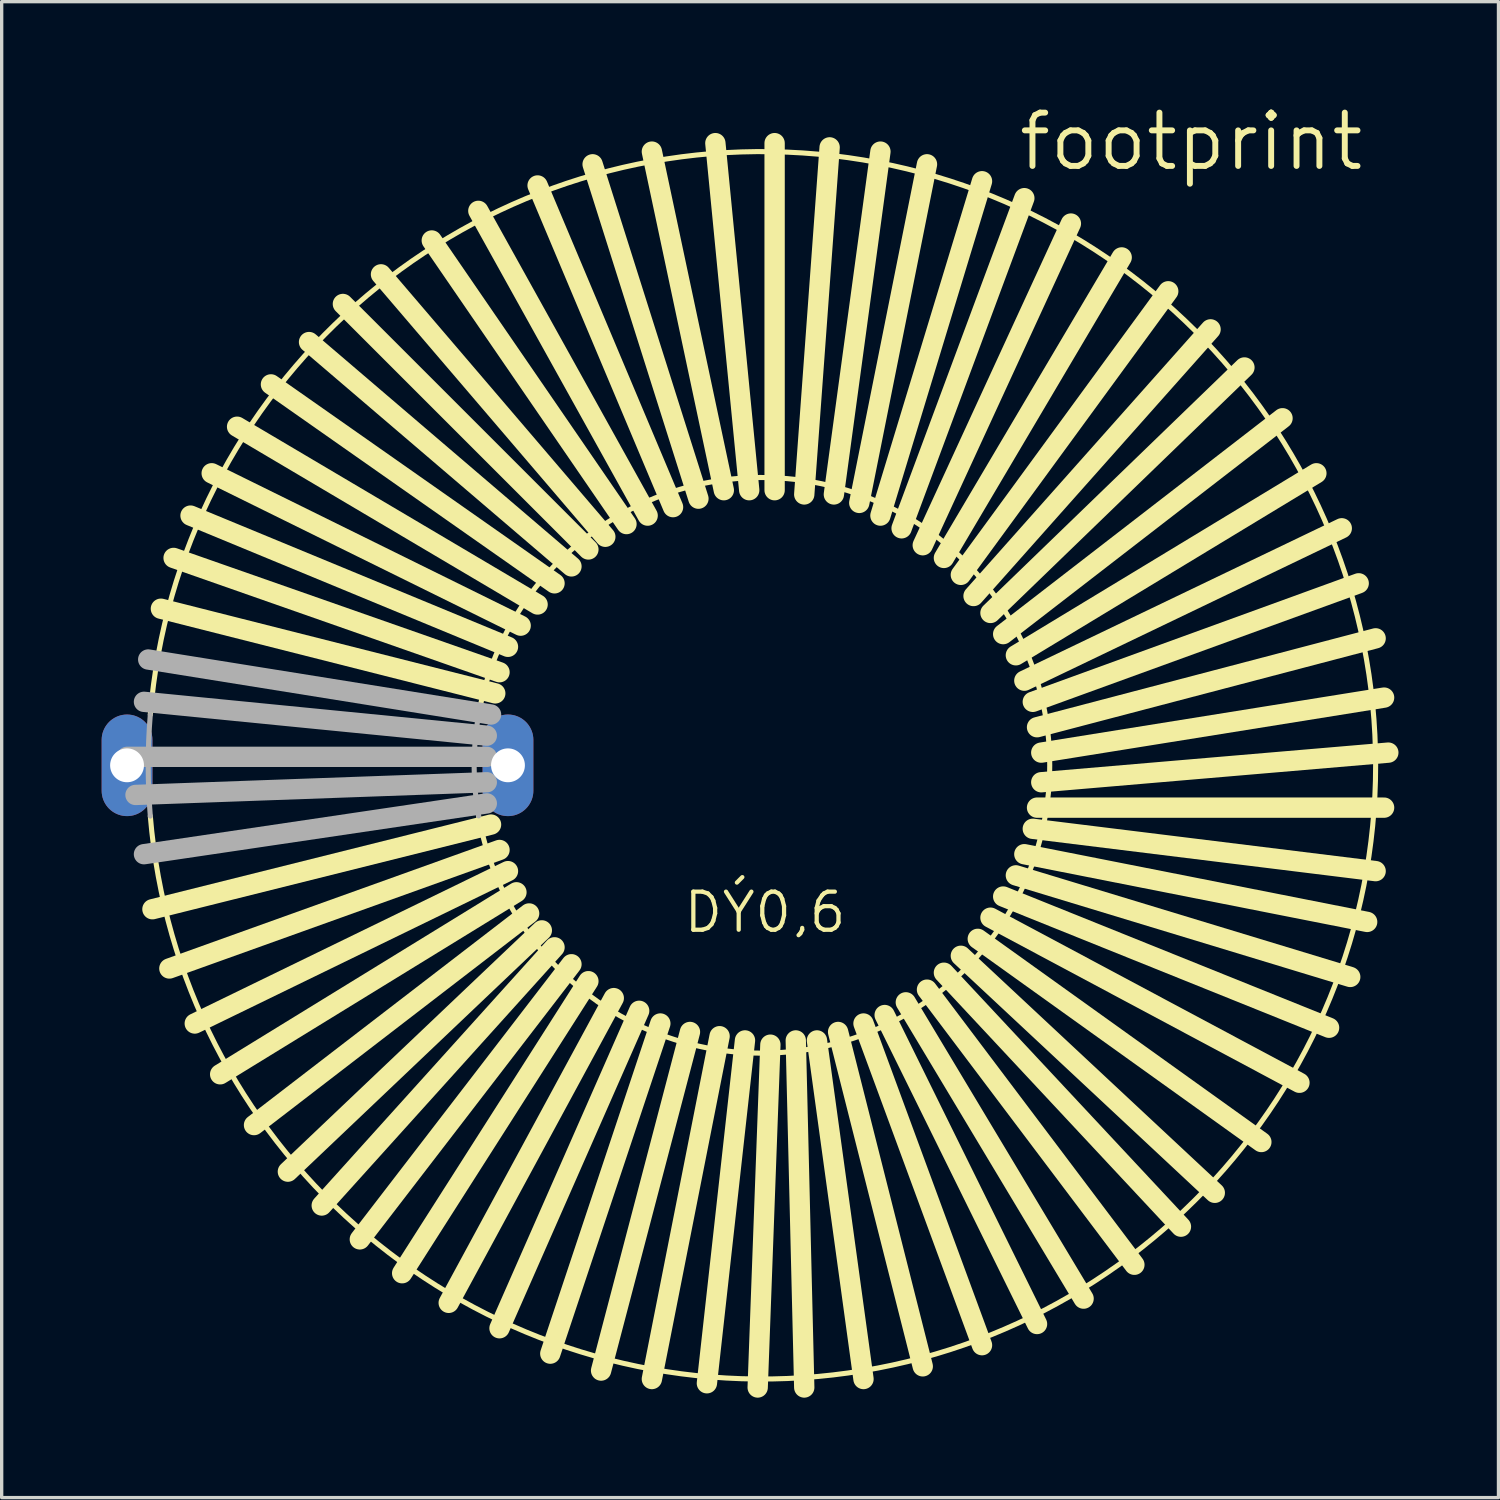
<source format=kicad_pcb>
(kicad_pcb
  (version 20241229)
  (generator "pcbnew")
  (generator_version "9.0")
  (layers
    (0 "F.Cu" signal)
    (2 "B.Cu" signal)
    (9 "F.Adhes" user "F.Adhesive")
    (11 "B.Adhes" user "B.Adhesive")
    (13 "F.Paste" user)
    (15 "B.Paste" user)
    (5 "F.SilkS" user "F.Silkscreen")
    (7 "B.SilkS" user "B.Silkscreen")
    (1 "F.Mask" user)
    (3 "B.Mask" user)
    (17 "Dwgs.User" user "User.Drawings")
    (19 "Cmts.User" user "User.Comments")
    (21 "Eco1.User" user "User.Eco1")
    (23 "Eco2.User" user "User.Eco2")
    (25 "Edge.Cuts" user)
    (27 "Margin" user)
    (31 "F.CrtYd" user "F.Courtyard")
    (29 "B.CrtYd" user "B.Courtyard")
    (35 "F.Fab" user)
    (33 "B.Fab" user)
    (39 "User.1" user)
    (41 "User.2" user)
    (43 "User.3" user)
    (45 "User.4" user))
  (footprint "footprint"
    (layer "F.Cu")
    (at 19.812 19.914)
    (property "Reference" "footprint" (at 7.62 -17.78 0) (layer "F.SilkS") (effects (font (size 1.6 1.6) (thickness 0.178)) (justify left bottom)))
    (fp_line (start -8.128 1.778) (end -18.288 4.318) (stroke (width 0.61) (type solid)) (layer "F.SilkS"))
    (fp_line (start -8.001 -2.159) (end -18.034 -4.699) (stroke (width 0.61) (type solid)) (layer "F.SilkS"))
    (fp_line (start -7.874 -2.794) (end -17.653 -6.223) (stroke (width 0.61) (type solid)) (layer "F.SilkS"))
    (fp_line (start -7.874 2.54) (end -17.78 6.096) (stroke (width 0.61) (type solid)) (layer "F.SilkS"))
    (fp_line (start -7.62 -3.556) (end -17.145 -7.493) (stroke (width 0.61) (type solid)) (layer "F.SilkS"))
    (fp_line (start -7.62 3.175) (end -17.018 7.747) (stroke (width 0.61) (type solid)) (layer "F.SilkS"))
    (fp_line (start -7.366 3.81) (end -16.256 9.271) (stroke (width 0.61) (type solid)) (layer "F.SilkS"))
    (fp_line (start -7.239 -4.191) (end -16.51 -8.763) (stroke (width 0.61) (type solid)) (layer "F.SilkS"))
    (fp_line (start -6.985 4.445) (end -15.24 10.795) (stroke (width 0.61) (type solid)) (layer "F.SilkS"))
    (fp_line (start -6.731 -4.826) (end -15.748 -10.16) (stroke (width 0.61) (type solid)) (layer "F.SilkS"))
    (fp_line (start -6.604 4.953) (end -14.224 12.192) (stroke (width 0.61) (type solid)) (layer "F.SilkS"))
    (fp_line (start -6.223 -5.461) (end -14.732 -11.43) (stroke (width 0.61) (type solid)) (layer "F.SilkS"))
    (fp_line (start -6.223 5.461) (end -13.208 13.208) (stroke (width 0.61) (type solid)) (layer "F.SilkS"))
    (fp_line (start -5.715 -5.969) (end -13.589 -12.7) (stroke (width 0.61) (type solid)) (layer "F.SilkS"))
    (fp_line (start -5.715 5.969) (end -12.065 14.224) (stroke (width 0.61) (type solid)) (layer "F.SilkS"))
    (fp_line (start -5.207 -6.477) (end -12.573 -13.843) (stroke (width 0.61) (type solid)) (layer "F.SilkS"))
    (fp_line (start -5.207 6.477) (end -10.795 15.24) (stroke (width 0.61) (type solid)) (layer "F.SilkS"))
    (fp_line (start -4.699 -6.858) (end -11.43 -14.732) (stroke (width 0.61) (type solid)) (layer "F.SilkS"))
    (fp_line (start -4.445 6.985) (end -9.398 16.129) (stroke (width 0.61) (type solid)) (layer "F.SilkS"))
    (fp_line (start -4.064 -7.239) (end -9.906 -15.748) (stroke (width 0.61) (type solid)) (layer "F.SilkS"))
    (fp_line (start -3.683 7.366) (end -7.874 16.891) (stroke (width 0.61) (type solid)) (layer "F.SilkS"))
    (fp_line (start -3.429 -7.493) (end -8.509 -16.637) (stroke (width 0.61) (type solid)) (layer "F.SilkS"))
    (fp_line (start -3.048 7.747) (end -6.35 17.653) (stroke (width 0.61) (type solid)) (layer "F.SilkS"))
    (fp_line (start -2.667 -7.747) (end -6.731 -17.399) (stroke (width 0.61) (type solid)) (layer "F.SilkS"))
    (fp_line (start -2.159 8.001) (end -4.826 18.161) (stroke (width 0.61) (type solid)) (layer "F.SilkS"))
    (fp_line (start -1.905 -8.001) (end -5.08 -18.034) (stroke (width 0.61) (type solid)) (layer "F.SilkS"))
    (fp_line (start -1.27 8.128) (end -3.302 18.415) (stroke (width 0.61) (type solid)) (layer "F.SilkS"))
    (fp_line (start -1.143 -8.255) (end -3.302 -18.415) (stroke (width 0.61) (type solid)) (layer "F.SilkS"))
    (fp_line (start -0.508 8.255) (end -1.651 18.542) (stroke (width 0.61) (type solid)) (layer "F.SilkS"))
    (fp_line (start -0.381 -8.255) (end -1.397 -18.669) (stroke (width 0.61) (type solid)) (layer "F.SilkS"))
    (fp_line (start 0.254 8.382) (end -0.127 18.669) (stroke (width 0.61) (type solid)) (layer "F.SilkS"))
    (fp_line (start 0.381 -8.255) (end 0.381 -18.669) (stroke (width 0.61) (type solid)) (layer "F.SilkS"))
    (fp_line (start 1.016 8.255) (end 1.27 18.669) (stroke (width 0.61) (type solid)) (layer "F.SilkS"))
    (fp_line (start 1.27 -8.128) (end 2.032 -18.542) (stroke (width 0.61) (type solid)) (layer "F.SilkS"))
    (fp_line (start 1.651 8.255) (end 3.048 18.415) (stroke (width 0.61) (type solid)) (layer "F.SilkS"))
    (fp_line (start 2.159 -8.128) (end 3.556 -18.415) (stroke (width 0.61) (type solid)) (layer "F.SilkS"))
    (fp_line (start 2.286 8.001) (end 4.826 18.034) (stroke (width 0.61) (type solid)) (layer "F.SilkS"))
    (fp_line (start 2.921 -7.874) (end 4.953 -18.034) (stroke (width 0.61) (type solid)) (layer "F.SilkS"))
    (fp_line (start 3.048 7.747) (end 6.604 17.399) (stroke (width 0.61) (type solid)) (layer "F.SilkS"))
    (fp_line (start 3.556 -7.493) (end 6.604 -17.526) (stroke (width 0.61) (type solid)) (layer "F.SilkS"))
    (fp_line (start 3.683 7.493) (end 8.255 16.764) (stroke (width 0.61) (type solid)) (layer "F.SilkS"))
    (fp_line (start 4.191 -7.112) (end 7.874 -17.018) (stroke (width 0.61) (type solid)) (layer "F.SilkS"))
    (fp_line (start 4.318 7.112) (end 9.652 16.002) (stroke (width 0.61) (type solid)) (layer "F.SilkS"))
    (fp_line (start 4.826 -6.604) (end 9.271 -16.256) (stroke (width 0.61) (type solid)) (layer "F.SilkS"))
    (fp_line (start 4.953 6.731) (end 11.176 14.986) (stroke (width 0.61) (type solid)) (layer "F.SilkS"))
    (fp_line (start 5.461 -6.223) (end 10.795 -15.24) (stroke (width 0.61) (type solid)) (layer "F.SilkS"))
    (fp_line (start 5.461 6.223) (end 12.573 13.843) (stroke (width 0.61) (type solid)) (layer "F.SilkS"))
    (fp_line (start 5.969 -5.715) (end 12.192 -14.224) (stroke (width 0.61) (type solid)) (layer "F.SilkS"))
    (fp_line (start 5.969 5.715) (end 13.589 12.827) (stroke (width 0.61) (type solid)) (layer "F.SilkS"))
    (fp_line (start 6.35 -5.08) (end 13.462 -13.081) (stroke (width 0.61) (type solid)) (layer "F.SilkS"))
    (fp_line (start 6.477 5.207) (end 14.986 11.303) (stroke (width 0.61) (type solid)) (layer "F.SilkS"))
    (fp_line (start 6.858 -4.572) (end 14.478 -11.938) (stroke (width 0.61) (type solid)) (layer "F.SilkS"))
    (fp_line (start 6.858 4.572) (end 16.129 9.525) (stroke (width 0.61) (type solid)) (layer "F.SilkS"))
    (fp_line (start 7.239 -3.937) (end 15.621 -10.414) (stroke (width 0.61) (type solid)) (layer "F.SilkS"))
    (fp_line (start 7.239 3.937) (end 17.018 7.874) (stroke (width 0.61) (type solid)) (layer "F.SilkS"))
    (fp_line (start 7.62 -3.302) (end 16.637 -8.763) (stroke (width 0.61) (type solid)) (layer "F.SilkS"))
    (fp_line (start 7.62 3.302) (end 17.653 6.35) (stroke (width 0.61) (type solid)) (layer "F.SilkS"))
    (fp_line (start 7.874 -2.54) (end 17.399 -7.112) (stroke (width 0.61) (type solid)) (layer "F.SilkS"))
    (fp_line (start 7.874 2.667) (end 18.161 4.699) (stroke (width 0.61) (type solid)) (layer "F.SilkS"))
    (fp_line (start 8.128 -1.905) (end 17.907 -5.461) (stroke (width 0.61) (type solid)) (layer "F.SilkS"))
    (fp_line (start 8.128 1.905) (end 18.415 3.175) (stroke (width 0.61) (type solid)) (layer "F.SilkS"))
    (fp_line (start 8.255 -1.143) (end 18.415 -3.81) (stroke (width 0.61) (type solid)) (layer "F.SilkS"))
    (fp_line (start 8.255 1.27) (end 18.669 1.27) (stroke (width 0.61) (type solid)) (layer "F.SilkS"))
    (fp_line (start 8.382 -0.381) (end 18.669 -2.032) (stroke (width 0.61) (type solid)) (layer "F.SilkS"))
    (fp_line (start 8.382 0.508) (end 18.796 -0.381) (stroke (width 0.61) (type solid)) (layer "F.SilkS"))
    (fp_arc (start -18.3519 -1.5227) (mid 18.414963 0) (end -18.3519 1.5227) (stroke (width 0.1524) (type solid)) (layer "F.SilkS"))
    (fp_arc (start -8.5015 -1.5181) (mid 8.635979 0) (end -8.5015 1.5181) (stroke (width 0.1524) (type solid)) (layer "F.SilkS"))
    (fp_line (start -8.255 -0.889) (end -18.542 -1.905) (stroke (width 0.61) (type solid)) (layer "F.Fab"))
    (fp_line (start -8.255 -0.254) (end -19.05 -0.254) (stroke (width 0.61) (type solid)) (layer "F.Fab"))
    (fp_line (start -8.255 0.508) (end -18.796 0.889) (stroke (width 0.61) (type solid)) (layer "F.Fab"))
    (fp_line (start -8.255 1.143) (end -18.542 2.667) (stroke (width 0.61) (type solid)) (layer "F.Fab"))
    (fp_line (start -8.128 -1.524) (end -18.415 -3.175) (stroke (width 0.61) (type solid)) (layer "F.Fab"))
    (fp_arc (start -18.3519 1.5227) (mid -18.414963 0) (end -18.3519 -1.5227) (stroke (width 0.1524) (type solid)) (layer "F.Fab"))
    (fp_arc (start -8.5015 1.5181) (mid -8.635979 0) (end -8.5015 -1.5181) (stroke (width 0.1524) (type solid)) (layer "F.Fab"))
    (fp_text user "DÝ0,6" (at -2.413 5.08 0) (layer "F.SilkS") (effects (font (size 1.143 1.143) (thickness 0.127)) (justify left bottom)))
    (pad "1" thru_hole oval (at -19.05 0 90) (size 3.048 1.524) (drill 1.016) (layers "*.Cu" "*.Mask"))
    (pad "2" thru_hole oval (at -7.62 0 90) (size 3.048 1.524) (drill 1.016) (layers "*.Cu" "*.Mask")))
  (gr_rect
    (start -3 -3)
    (end 41.913 41.887)
    (stroke (width 0.1) (type default))
    (fill no)
    (layer "Edge.Cuts")))
</source>
